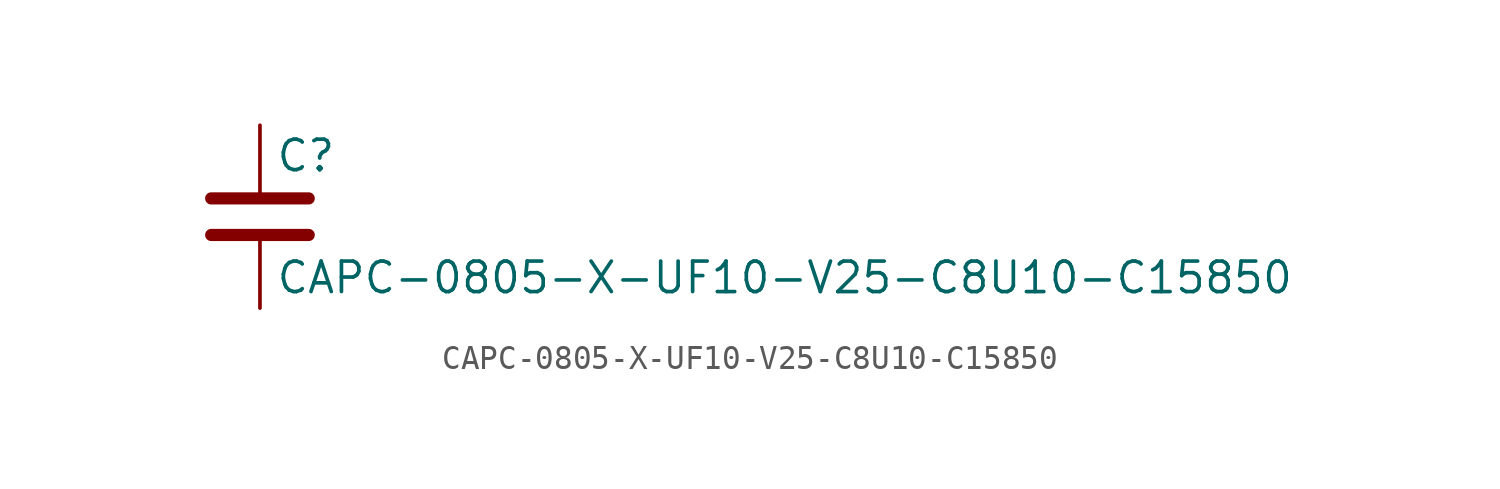
<source format=kicad_sym>
(kicad_symbol_lib
  (version 20211014)
  (generator kicad_symbol_editor)
  (symbol "CAPC-0805-X-UF10-V25-C8U10-C15850"
    (pin_numbers hide)
    (pin_names
      (offset 0.254))
    (property "Reference" "C"
      (at 0.635 2.54 0)
      (effects (font (size 1.27 1.27)) (justify left)))
    (property "Value" "CAPC-0805-X-UF10-V25-C8U10-C15850"
      (at 0.635 -2.54 0)
      (effects (font (size 1.27 1.27)) (justify left)))
    (symbol "CAPC-0805-X-UF10-V25-C8U10-C15850_0_1"
      (polyline (pts (xy -2.032 -0.762) (xy 2.032 -0.762)) (stroke (width 0.508) (type default) (color 0 0 0 0)) (fill (type none)))
      (polyline (pts (xy -2.032 0.762) (xy 2.032 0.762)) (stroke (width 0.508) (type default) (color 0 0 0 0)) (fill (type none))))
    (symbol "CAPC-0805-X-UF10-V25-C8U10-C15850_1_1"
      (pin passive line (at 0 3.81 270) (length 2.794) (name "~" (effects (font (size 1.27 1.27)))) (number "1" (effects (font (size 1.27 1.27)))))
      (pin passive line (at 0 -3.81 90) (length 2.794) (name "~" (effects (font (size 1.27 1.27)))) (number "2" (effects (font (size 1.27 1.27))))))))
</source>
